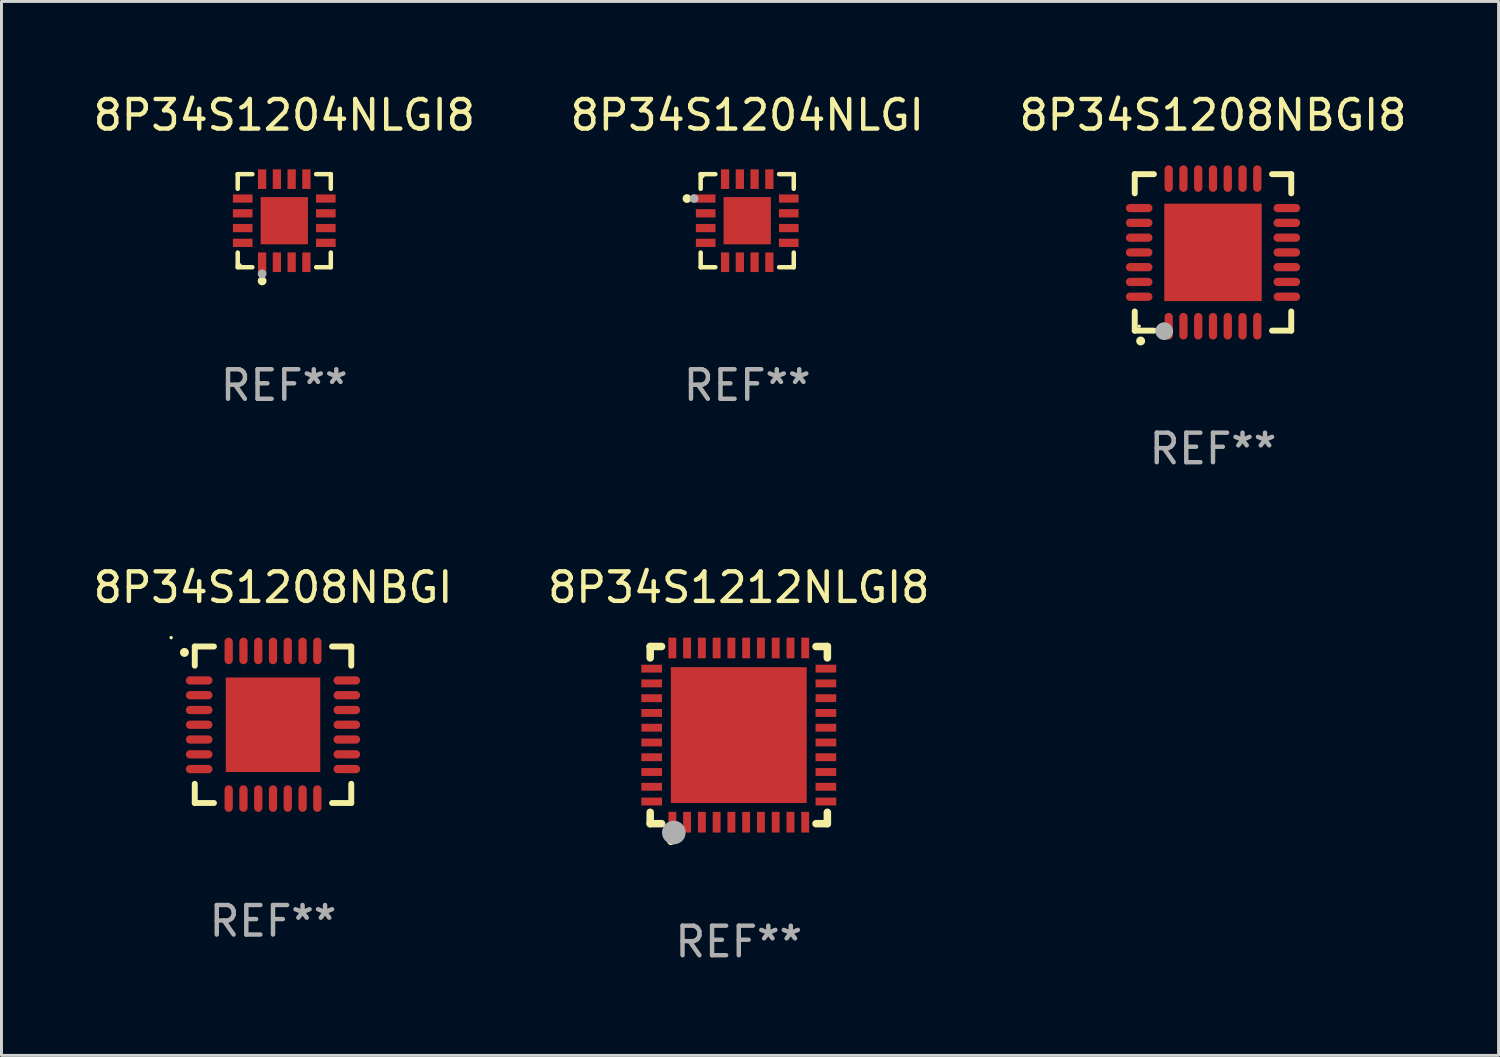
<source format=kicad_pcb>
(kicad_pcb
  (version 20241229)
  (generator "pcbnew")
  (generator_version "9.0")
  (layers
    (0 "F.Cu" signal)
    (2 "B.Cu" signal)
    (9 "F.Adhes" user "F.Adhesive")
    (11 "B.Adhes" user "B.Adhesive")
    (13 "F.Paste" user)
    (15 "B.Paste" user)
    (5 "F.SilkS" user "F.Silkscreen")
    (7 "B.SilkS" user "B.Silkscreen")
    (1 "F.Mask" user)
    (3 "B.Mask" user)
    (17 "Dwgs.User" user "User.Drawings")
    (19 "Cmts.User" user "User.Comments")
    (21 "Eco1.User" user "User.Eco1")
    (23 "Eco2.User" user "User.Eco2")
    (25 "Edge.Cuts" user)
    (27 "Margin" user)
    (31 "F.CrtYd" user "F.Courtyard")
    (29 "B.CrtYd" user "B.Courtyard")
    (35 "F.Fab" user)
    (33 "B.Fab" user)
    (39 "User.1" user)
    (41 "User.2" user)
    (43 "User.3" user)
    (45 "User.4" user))
  (footprint "8P34S1208NBGI"
    (layer "F.Cu")
    (at 6.196 21.495)
    (property "Reference" "8P34S1208NBGI" (at 0 -4.65 0) (layer "F.SilkS") (effects (font (size 1 1) (thickness 0.15))))
    (attr through_hole)
    (fp_line (start -2.65 -2.65) (end -2 -2.65) (stroke (width 0.2) (type solid)) (layer "F.SilkS"))
    (fp_line (start -2.65 -2) (end -2.65 -2.65) (stroke (width 0.2) (type solid)) (layer "F.SilkS"))
    (fp_line (start -2.65 2) (end -2.65 2.65) (stroke (width 0.2) (type solid)) (layer "F.SilkS"))
    (fp_line (start -2.65 2.65) (end -2 2.65) (stroke (width 0.2) (type solid)) (layer "F.SilkS"))
    (fp_line (start 2 2.65) (end 2.65 2.65) (stroke (width 0.2) (type solid)) (layer "F.SilkS"))
    (fp_line (start 2.65 -2.65) (end 2 -2.65) (stroke (width 0.2) (type solid)) (layer "F.SilkS"))
    (fp_line (start 2.65 -2) (end 2.65 -2.65) (stroke (width 0.2) (type solid)) (layer "F.SilkS"))
    (fp_line (start 2.65 2.65) (end 2.65 2) (stroke (width 0.2) (type solid)) (layer "F.SilkS"))
    (fp_arc (start -2.999746 -2.448565) (mid -2.999751 -2.449835) (end -2.999746 -2.451105) (stroke (width 0.3) (type solid)) (layer "F.SilkS"))
    (fp_circle (center -3.45 -2.95) (end -3.42 -2.95) (stroke (width 0.06) (type solid)) (fill no) (layer "F.SilkS"))
    (fp_text user "REF**" (at 0 6.65 0) (layer "F.Fab") (effects (font (size 1 1) (thickness 0.15))))
    (pad "1" smd oval (at -2.5 -1.501 90) (size 0.28 0.9) (layers "F.Cu" "F.Mask" "F.Paste"))
    (pad "2" smd oval (at -2.5 -1.001 90) (size 0.28 0.9) (layers "F.Cu" "F.Mask" "F.Paste"))
    (pad "3" smd oval (at -2.5 -0.5 90) (size 0.28 0.9) (layers "F.Cu" "F.Mask" "F.Paste"))
    (pad "4" smd oval (at -2.5 0.000076 90) (size 0.28 0.9) (layers "F.Cu" "F.Mask" "F.Paste"))
    (pad "5" smd oval (at -2.5 0.5 90) (size 0.28 0.9) (layers "F.Cu" "F.Mask" "F.Paste"))
    (pad "6" smd oval (at -2.5 1.001 90) (size 0.28 0.9) (layers "F.Cu" "F.Mask" "F.Paste"))
    (pad "7" smd oval (at -2.5 1.501 90) (size 0.28 0.9) (layers "F.Cu" "F.Mask" "F.Paste"))
    (pad "8" smd oval (at -1.501 2.5) (size 0.28 0.9) (layers "F.Cu" "F.Mask" "F.Paste"))
    (pad "9" smd oval (at -1.001 2.5) (size 0.28 0.9) (layers "F.Cu" "F.Mask" "F.Paste"))
    (pad "10" smd oval (at -0.5 2.5) (size 0.28 0.9) (layers "F.Cu" "F.Mask" "F.Paste"))
    (pad "11" smd oval (at -0.000076 2.5) (size 0.28 0.9) (layers "F.Cu" "F.Mask" "F.Paste"))
    (pad "12" smd oval (at 0.5 2.5) (size 0.28 0.9) (layers "F.Cu" "F.Mask" "F.Paste"))
    (pad "13" smd oval (at 1.001 2.5) (size 0.28 0.9) (layers "F.Cu" "F.Mask" "F.Paste"))
    (pad "14" smd oval (at 1.501 2.5) (size 0.28 0.9) (layers "F.Cu" "F.Mask" "F.Paste"))
    (pad "15" smd oval (at 2.5 1.501 90) (size 0.28 0.9) (layers "F.Cu" "F.Mask" "F.Paste"))
    (pad "16" smd oval (at 2.5 1.001 90) (size 0.28 0.9) (layers "F.Cu" "F.Mask" "F.Paste"))
    (pad "17" smd oval (at 2.5 0.5 90) (size 0.28 0.9) (layers "F.Cu" "F.Mask" "F.Paste"))
    (pad "18" smd oval (at 2.5 0.000076 90) (size 0.28 0.9) (layers "F.Cu" "F.Mask" "F.Paste"))
    (pad "19" smd oval (at 2.5 -0.5 90) (size 0.28 0.9) (layers "F.Cu" "F.Mask" "F.Paste"))
    (pad "20" smd oval (at 2.5 -1.001 90) (size 0.28 0.9) (layers "F.Cu" "F.Mask" "F.Paste"))
    (pad "21" smd oval (at 2.5 -1.501 90) (size 0.28 0.9) (layers "F.Cu" "F.Mask" "F.Paste"))
    (pad "22" smd oval (at 1.501 -2.5) (size 0.28 0.9) (layers "F.Cu" "F.Mask" "F.Paste"))
    (pad "23" smd oval (at 1.001 -2.5) (size 0.28 0.9) (layers "F.Cu" "F.Mask" "F.Paste"))
    (pad "24" smd oval (at 0.5 -2.5) (size 0.28 0.9) (layers "F.Cu" "F.Mask" "F.Paste"))
    (pad "25" smd oval (at -0.000076 -2.5) (size 0.28 0.9) (layers "F.Cu" "F.Mask" "F.Paste"))
    (pad "26" smd oval (at -0.5 -2.5) (size 0.28 0.9) (layers "F.Cu" "F.Mask" "F.Paste"))
    (pad "27" smd oval (at -1.001 -2.5) (size 0.28 0.9) (layers "F.Cu" "F.Mask" "F.Paste"))
    (pad "28" smd oval (at -1.501 -2.5) (size 0.28 0.9) (layers "F.Cu" "F.Mask" "F.Paste"))
    (pad "29" smd rect (at -0.000076 0.000076) (size 3.2 3.2) (layers "F.Cu" "F.Mask" "F.Paste")))
  (footprint "8P34S1212NLGI8"
    (layer "F.Cu")
    (at 21.97 21.845)
    (property "Reference" "8P34S1212NLGI8" (at 0 -5 0) (layer "F.SilkS") (effects (font (size 1 1) (thickness 0.15))))
    (attr through_hole)
    (fp_line (start -3 -3) (end -2.615 -3) (stroke (width 0.254) (type solid)) (layer "F.SilkS"))
    (fp_line (start -3 -2.615) (end -3 -3) (stroke (width 0.254) (type solid)) (layer "F.SilkS"))
    (fp_line (start -3 3) (end -3 2.615) (stroke (width 0.254) (type solid)) (layer "F.SilkS"))
    (fp_line (start -2.615 3) (end -3 3) (stroke (width 0.254) (type solid)) (layer "F.SilkS"))
    (fp_line (start 2.615 -3) (end 3 -3) (stroke (width 0.254) (type solid)) (layer "F.SilkS"))
    (fp_line (start 3 -3) (end 3 -2.615) (stroke (width 0.254) (type solid)) (layer "F.SilkS"))
    (fp_line (start 3 2.615) (end 3 3) (stroke (width 0.254) (type solid)) (layer "F.SilkS"))
    (fp_line (start 3 3) (end 2.615 3) (stroke (width 0.254) (type solid)) (layer "F.SilkS"))
    (fp_arc (start -2.3 3.6) (mid -2.29873 3.599994) (end -2.29746 3.6) (stroke (width 0.24892) (type solid)) (layer "F.SilkS"))
    (fp_circle (center -3 3) (end -2.97 3) (stroke (width 0.06) (type solid)) (fill no) (layer "F.SilkS"))
    (fp_circle (center -2.2 3.3) (end -2 3.3) (stroke (width 0.4) (type solid)) (fill no) (layer "F.Fab"))
    (fp_text user "REF**" (at 0 7 0) (layer "F.Fab") (effects (font (size 1 1) (thickness 0.15))))
    (pad "1" smd rect (at -2.25 2.95) (size 0.267 0.7) (layers "F.Cu" "F.Mask" "F.Paste"))
    (pad "2" smd rect (at -1.75 2.95) (size 0.267 0.7) (layers "F.Cu" "F.Mask" "F.Paste"))
    (pad "3" smd rect (at -1.25 2.95) (size 0.267 0.7) (layers "F.Cu" "F.Mask" "F.Paste"))
    (pad "4" smd rect (at -0.75 2.95) (size 0.267 0.7) (layers "F.Cu" "F.Mask" "F.Paste"))
    (pad "5" smd rect (at -0.25 2.95) (size 0.267 0.7) (layers "F.Cu" "F.Mask" "F.Paste"))
    (pad "6" smd rect (at 0.25 2.95) (size 0.267 0.7) (layers "F.Cu" "F.Mask" "F.Paste"))
    (pad "7" smd rect (at 0.75 2.95) (size 0.267 0.7) (layers "F.Cu" "F.Mask" "F.Paste"))
    (pad "8" smd rect (at 1.25 2.95) (size 0.267 0.7) (layers "F.Cu" "F.Mask" "F.Paste"))
    (pad "9" smd rect (at 1.75 2.95) (size 0.267 0.7) (layers "F.Cu" "F.Mask" "F.Paste"))
    (pad "10" smd rect (at 2.25 2.95) (size 0.267 0.7) (layers "F.Cu" "F.Mask" "F.Paste"))
    (pad "11" smd rect (at 2.95 2.25) (size 0.7 0.267) (layers "F.Cu" "F.Mask" "F.Paste"))
    (pad "12" smd rect (at 2.95 1.75) (size 0.7 0.267) (layers "F.Cu" "F.Mask" "F.Paste"))
    (pad "13" smd rect (at 2.95 1.25) (size 0.7 0.267) (layers "F.Cu" "F.Mask" "F.Paste"))
    (pad "14" smd rect (at 2.95 0.75) (size 0.7 0.267) (layers "F.Cu" "F.Mask" "F.Paste"))
    (pad "15" smd rect (at 2.95 0.25) (size 0.7 0.267) (layers "F.Cu" "F.Mask" "F.Paste"))
    (pad "16" smd rect (at 2.95 -0.25) (size 0.7 0.267) (layers "F.Cu" "F.Mask" "F.Paste"))
    (pad "17" smd rect (at 2.95 -0.75) (size 0.7 0.267) (layers "F.Cu" "F.Mask" "F.Paste"))
    (pad "18" smd rect (at 2.95 -1.25) (size 0.7 0.267) (layers "F.Cu" "F.Mask" "F.Paste"))
    (pad "19" smd rect (at 2.95 -1.75) (size 0.7 0.267) (layers "F.Cu" "F.Mask" "F.Paste"))
    (pad "20" smd rect (at 2.95 -2.25) (size 0.7 0.267) (layers "F.Cu" "F.Mask" "F.Paste"))
    (pad "21" smd rect (at 2.25 -2.95) (size 0.267 0.7) (layers "F.Cu" "F.Mask" "F.Paste"))
    (pad "22" smd rect (at 1.75 -2.95) (size 0.267 0.7) (layers "F.Cu" "F.Mask" "F.Paste"))
    (pad "23" smd rect (at 1.25 -2.95) (size 0.267 0.7) (layers "F.Cu" "F.Mask" "F.Paste"))
    (pad "24" smd rect (at 0.75 -2.95) (size 0.267 0.7) (layers "F.Cu" "F.Mask" "F.Paste"))
    (pad "25" smd rect (at 0.25 -2.95) (size 0.267 0.7) (layers "F.Cu" "F.Mask" "F.Paste"))
    (pad "26" smd rect (at -0.25 -2.95) (size 0.267 0.7) (layers "F.Cu" "F.Mask" "F.Paste"))
    (pad "27" smd rect (at -0.75 -2.95) (size 0.267 0.7) (layers "F.Cu" "F.Mask" "F.Paste"))
    (pad "28" smd rect (at -1.25 -2.95) (size 0.267 0.7) (layers "F.Cu" "F.Mask" "F.Paste"))
    (pad "29" smd rect (at -1.75 -2.95) (size 0.267 0.7) (layers "F.Cu" "F.Mask" "F.Paste"))
    (pad "30" smd rect (at -2.25 -2.95) (size 0.267 0.7) (layers "F.Cu" "F.Mask" "F.Paste"))
    (pad "31" smd rect (at -2.95 -2.25) (size 0.7 0.267) (layers "F.Cu" "F.Mask" "F.Paste"))
    (pad "32" smd rect (at -2.95 -1.75) (size 0.7 0.267) (layers "F.Cu" "F.Mask" "F.Paste"))
    (pad "33" smd rect (at -2.95 -1.25) (size 0.7 0.267) (layers "F.Cu" "F.Mask" "F.Paste"))
    (pad "34" smd rect (at -2.95 -0.75) (size 0.7 0.267) (layers "F.Cu" "F.Mask" "F.Paste"))
    (pad "35" smd rect (at -2.95 -0.25) (size 0.7 0.267) (layers "F.Cu" "F.Mask" "F.Paste"))
    (pad "36" smd rect (at -2.95 0.25) (size 0.7 0.267) (layers "F.Cu" "F.Mask" "F.Paste"))
    (pad "37" smd rect (at -2.95 0.75) (size 0.7 0.267) (layers "F.Cu" "F.Mask" "F.Paste"))
    (pad "38" smd rect (at -2.95 1.25) (size 0.7 0.267) (layers "F.Cu" "F.Mask" "F.Paste"))
    (pad "39" smd rect (at -2.95 1.75) (size 0.7 0.267) (layers "F.Cu" "F.Mask" "F.Paste"))
    (pad "40" smd rect (at -2.95 2.25) (size 0.7 0.267) (layers "F.Cu" "F.Mask" "F.Paste"))
    (pad "41" smd rect (at 0.000102 0.000102) (size 4.6 4.6) (layers "F.Cu" "F.Mask" "F.Paste")))
  (footprint "8P34S1204NLGI8"
    (layer "F.Cu")
    (at 6.577 4.424)
    (property "Reference" "8P34S1204NLGI8" (at 0 -3.576 0) (layer "F.SilkS") (effects (font (size 1 1) (thickness 0.15))))
    (attr through_hole)
    (fp_line (start -1.576 -1.576) (end -1.08 -1.576) (stroke (width 0.152) (type solid)) (layer "F.SilkS"))
    (fp_line (start -1.576 -1.08) (end -1.576 -1.576) (stroke (width 0.152) (type solid)) (layer "F.SilkS"))
    (fp_line (start -1.576 1.08) (end -1.576 1.576) (stroke (width 0.152) (type solid)) (layer "F.SilkS"))
    (fp_line (start -1.576 1.576) (end -1.08 1.576) (stroke (width 0.152) (type solid)) (layer "F.SilkS"))
    (fp_line (start 1.576 -1.576) (end 1.08 -1.576) (stroke (width 0.152) (type solid)) (layer "F.SilkS"))
    (fp_line (start 1.576 -1.08) (end 1.576 -1.576) (stroke (width 0.152) (type solid)) (layer "F.SilkS"))
    (fp_line (start 1.576 1.08) (end 1.576 1.576) (stroke (width 0.152) (type solid)) (layer "F.SilkS"))
    (fp_line (start 1.576 1.576) (end 1.08 1.576) (stroke (width 0.152) (type solid)) (layer "F.SilkS"))
    (fp_circle (center -1.5 1.5) (end -1.47 1.5) (stroke (width 0.06) (type solid)) (fill no) (layer "F.SilkS"))
    (fp_circle (center -0.75 2.04) (end -0.675 2.04) (stroke (width 0.15) (type solid)) (fill no) (layer "F.SilkS"))
    (fp_circle (center -0.75 1.8) (end -0.675 1.8) (stroke (width 0.15) (type solid)) (fill no) (layer "F.Fab"))
    (fp_text user "REF**" (at 0 5.576 0) (layer "F.Fab") (effects (font (size 1 1) (thickness 0.15))))
    (pad "1" smd rect (at -0.75 1.407) (size 0.28 0.665) (layers "F.Cu" "F.Mask" "F.Paste"))
    (pad "2" smd rect (at -0.25 1.407) (size 0.28 0.665) (layers "F.Cu" "F.Mask" "F.Paste"))
    (pad "3" smd rect (at 0.25 1.407) (size 0.28 0.665) (layers "F.Cu" "F.Mask" "F.Paste"))
    (pad "4" smd rect (at 0.75 1.407) (size 0.28 0.665) (layers "F.Cu" "F.Mask" "F.Paste"))
    (pad "5" smd rect (at 1.407 0.75) (size 0.665 0.28) (layers "F.Cu" "F.Mask" "F.Paste"))
    (pad "6" smd rect (at 1.407 0.25) (size 0.665 0.28) (layers "F.Cu" "F.Mask" "F.Paste"))
    (pad "7" smd rect (at 1.407 -0.25) (size 0.665 0.28) (layers "F.Cu" "F.Mask" "F.Paste"))
    (pad "8" smd rect (at 1.407 -0.75) (size 0.665 0.28) (layers "F.Cu" "F.Mask" "F.Paste"))
    (pad "9" smd rect (at 0.75 -1.407) (size 0.28 0.665) (layers "F.Cu" "F.Mask" "F.Paste"))
    (pad "10" smd rect (at 0.25 -1.407) (size 0.28 0.665) (layers "F.Cu" "F.Mask" "F.Paste"))
    (pad "11" smd rect (at -0.25 -1.407) (size 0.28 0.665) (layers "F.Cu" "F.Mask" "F.Paste"))
    (pad "12" smd rect (at -0.75 -1.407) (size 0.28 0.665) (layers "F.Cu" "F.Mask" "F.Paste"))
    (pad "13" smd rect (at -1.407 -0.75) (size 0.665 0.28) (layers "F.Cu" "F.Mask" "F.Paste"))
    (pad "14" smd rect (at -1.407 -0.25) (size 0.665 0.28) (layers "F.Cu" "F.Mask" "F.Paste"))
    (pad "15" smd rect (at -1.407 0.25) (size 0.665 0.28) (layers "F.Cu" "F.Mask" "F.Paste"))
    (pad "16" smd rect (at -1.407 0.75) (size 0.665 0.28) (layers "F.Cu" "F.Mask" "F.Paste"))
    (pad "17" smd rect (at 0 0) (size 1.6 1.6) (layers "F.Cu" "F.Mask" "F.Paste")))
  (footprint "8P34S1204NLGI"
    (layer "F.Cu")
    (at 22.256 4.424)
    (property "Reference" "8P34S1204NLGI" (at 0 -3.576 0) (layer "F.SilkS") (effects (font (size 1 1) (thickness 0.15))))
    (attr through_hole)
    (fp_line (start -1.576 -1.576) (end -1.576 -1.08) (stroke (width 0.152) (type solid)) (layer "F.SilkS"))
    (fp_line (start -1.576 1.576) (end -1.576 1.08) (stroke (width 0.152) (type solid)) (layer "F.SilkS"))
    (fp_line (start -1.08 -1.576) (end -1.576 -1.576) (stroke (width 0.152) (type solid)) (layer "F.SilkS"))
    (fp_line (start -1.08 1.576) (end -1.576 1.576) (stroke (width 0.152) (type solid)) (layer "F.SilkS"))
    (fp_line (start 1.08 -1.576) (end 1.576 -1.576) (stroke (width 0.152) (type solid)) (layer "F.SilkS"))
    (fp_line (start 1.08 1.576) (end 1.576 1.576) (stroke (width 0.152) (type solid)) (layer "F.SilkS"))
    (fp_line (start 1.576 -1.576) (end 1.576 -1.08) (stroke (width 0.152) (type solid)) (layer "F.SilkS"))
    (fp_line (start 1.576 1.576) (end 1.576 1.08) (stroke (width 0.152) (type solid)) (layer "F.SilkS"))
    (fp_circle (center -2.04 -0.75) (end -1.965 -0.75) (stroke (width 0.15) (type solid)) (fill no) (layer "F.SilkS"))
    (fp_circle (center -1.5 -1.5) (end -1.47 -1.5) (stroke (width 0.06) (type solid)) (fill no) (layer "F.SilkS"))
    (fp_circle (center -1.8 -0.75) (end -1.725 -0.75) (stroke (width 0.15) (type solid)) (fill no) (layer "F.Fab"))
    (fp_text user "REF**" (at 0 5.576 0) (layer "F.Fab") (effects (font (size 1 1) (thickness 0.15))))
    (pad "1" smd rect (at -1.407 -0.75 270) (size 0.28 0.665) (layers "F.Cu" "F.Mask" "F.Paste"))
    (pad "2" smd rect (at -1.407 -0.25 270) (size 0.28 0.665) (layers "F.Cu" "F.Mask" "F.Paste"))
    (pad "3" smd rect (at -1.407 0.25 270) (size 0.28 0.665) (layers "F.Cu" "F.Mask" "F.Paste"))
    (pad "4" smd rect (at -1.407 0.75 270) (size 0.28 0.665) (layers "F.Cu" "F.Mask" "F.Paste"))
    (pad "5" smd rect (at -0.75 1.407 270) (size 0.665 0.28) (layers "F.Cu" "F.Mask" "F.Paste"))
    (pad "6" smd rect (at -0.25 1.407 270) (size 0.665 0.28) (layers "F.Cu" "F.Mask" "F.Paste"))
    (pad "7" smd rect (at 0.25 1.407 270) (size 0.665 0.28) (layers "F.Cu" "F.Mask" "F.Paste"))
    (pad "8" smd rect (at 0.75 1.407 270) (size 0.665 0.28) (layers "F.Cu" "F.Mask" "F.Paste"))
    (pad "9" smd rect (at 1.407 0.75 270) (size 0.28 0.665) (layers "F.Cu" "F.Mask" "F.Paste"))
    (pad "10" smd rect (at 1.407 0.25 270) (size 0.28 0.665) (layers "F.Cu" "F.Mask" "F.Paste"))
    (pad "11" smd rect (at 1.407 -0.25 270) (size 0.28 0.665) (layers "F.Cu" "F.Mask" "F.Paste"))
    (pad "12" smd rect (at 1.407 -0.75 270) (size 0.28 0.665) (layers "F.Cu" "F.Mask" "F.Paste"))
    (pad "13" smd rect (at 0.75 -1.407 270) (size 0.665 0.28) (layers "F.Cu" "F.Mask" "F.Paste"))
    (pad "14" smd rect (at 0.25 -1.407 270) (size 0.665 0.28) (layers "F.Cu" "F.Mask" "F.Paste"))
    (pad "15" smd rect (at -0.25 -1.407 270) (size 0.665 0.28) (layers "F.Cu" "F.Mask" "F.Paste"))
    (pad "16" smd rect (at -0.75 -1.407 270) (size 0.665 0.28) (layers "F.Cu" "F.Mask" "F.Paste"))
    (pad "17" smd rect (at 0 0 270) (size 1.6 1.6) (layers "F.Cu" "F.Mask" "F.Paste")))
  (footprint "8P34S1208NBGI8"
    (layer "F.Cu")
    (at 38.03 5.498)
    (property "Reference" "8P34S1208NBGI8" (at 0 -4.65 0) (layer "F.SilkS") (effects (font (size 1 1) (thickness 0.15))))
    (attr through_hole)
    (fp_line (start -2.65 -2.65) (end -2.65 -2) (stroke (width 0.2) (type solid)) (layer "F.SilkS"))
    (fp_line (start -2.65 2.65) (end -2.65 2) (stroke (width 0.2) (type solid)) (layer "F.SilkS"))
    (fp_line (start -2 -2.65) (end -2.65 -2.65) (stroke (width 0.2) (type solid)) (layer "F.SilkS"))
    (fp_line (start -2 2.65) (end -2.65 2.65) (stroke (width 0.2) (type solid)) (layer "F.SilkS"))
    (fp_line (start 2 2.65) (end 2.65 2.65) (stroke (width 0.2) (type solid)) (layer "F.SilkS"))
    (fp_line (start 2.65 -2.65) (end 2 -2.65) (stroke (width 0.2) (type solid)) (layer "F.SilkS"))
    (fp_line (start 2.65 -2) (end 2.65 -2.65) (stroke (width 0.2) (type solid)) (layer "F.SilkS"))
    (fp_line (start 2.65 2.65) (end 2.65 2) (stroke (width 0.2) (type solid)) (layer "F.SilkS"))
    (fp_arc (start -2.451105 2.999746) (mid -2.449835 2.999741) (end -2.448565 2.999746) (stroke (width 0.3) (type solid)) (layer "F.SilkS"))
    (fp_circle (center -2.5 2.5) (end -2.47 2.5) (stroke (width 0.06) (type solid)) (fill no) (layer "F.SilkS"))
    (fp_circle (center -1.651 2.667) (end -1.501 2.667) (stroke (width 0.3) (type solid)) (fill no) (layer "F.Fab"))
    (fp_text user "REF**" (at 0 6.65 0) (layer "F.Fab") (effects (font (size 1 1) (thickness 0.15))))
    (pad "1" smd oval (at -1.501 2.5 180) (size 0.28 0.9) (layers "F.Cu" "F.Mask" "F.Paste"))
    (pad "2" smd oval (at -1.001 2.5 180) (size 0.28 0.9) (layers "F.Cu" "F.Mask" "F.Paste"))
    (pad "3" smd oval (at -0.5 2.5 180) (size 0.28 0.9) (layers "F.Cu" "F.Mask" "F.Paste"))
    (pad "4" smd oval (at 0 2.5 180) (size 0.28 0.9) (layers "F.Cu" "F.Mask" "F.Paste"))
    (pad "5" smd oval (at 0.5 2.5 180) (size 0.28 0.9) (layers "F.Cu" "F.Mask" "F.Paste"))
    (pad "6" smd oval (at 1.001 2.5 180) (size 0.28 0.9) (layers "F.Cu" "F.Mask" "F.Paste"))
    (pad "7" smd oval (at 1.501 2.5 180) (size 0.28 0.9) (layers "F.Cu" "F.Mask" "F.Paste"))
    (pad "8" smd oval (at 2.5 1.501 90) (size 0.28 0.9) (layers "F.Cu" "F.Mask" "F.Paste"))
    (pad "9" smd oval (at 2.5 1.001 90) (size 0.28 0.9) (layers "F.Cu" "F.Mask" "F.Paste"))
    (pad "10" smd oval (at 2.5 0.5 90) (size 0.28 0.9) (layers "F.Cu" "F.Mask" "F.Paste"))
    (pad "11" smd oval (at 2.5 0 90) (size 0.28 0.9) (layers "F.Cu" "F.Mask" "F.Paste"))
    (pad "12" smd oval (at 2.5 -0.5 90) (size 0.28 0.9) (layers "F.Cu" "F.Mask" "F.Paste"))
    (pad "13" smd oval (at 2.5 -1.001 90) (size 0.28 0.9) (layers "F.Cu" "F.Mask" "F.Paste"))
    (pad "14" smd oval (at 2.5 -1.501 90) (size 0.28 0.9) (layers "F.Cu" "F.Mask" "F.Paste"))
    (pad "15" smd oval (at 1.501 -2.5 180) (size 0.28 0.9) (layers "F.Cu" "F.Mask" "F.Paste"))
    (pad "16" smd oval (at 1.001 -2.5 180) (size 0.28 0.9) (layers "F.Cu" "F.Mask" "F.Paste"))
    (pad "17" smd oval (at 0.5 -2.5 180) (size 0.28 0.9) (layers "F.Cu" "F.Mask" "F.Paste"))
    (pad "18" smd oval (at 0 -2.5 180) (size 0.28 0.9) (layers "F.Cu" "F.Mask" "F.Paste"))
    (pad "19" smd oval (at -0.5 -2.5 180) (size 0.28 0.9) (layers "F.Cu" "F.Mask" "F.Paste"))
    (pad "20" smd oval (at -1.001 -2.5 180) (size 0.28 0.9) (layers "F.Cu" "F.Mask" "F.Paste"))
    (pad "21" smd oval (at -1.501 -2.5 180) (size 0.28 0.9) (layers "F.Cu" "F.Mask" "F.Paste"))
    (pad "22" smd oval (at -2.5 -1.501 90) (size 0.28 0.9) (layers "F.Cu" "F.Mask" "F.Paste"))
    (pad "23" smd oval (at -2.5 -1.001 90) (size 0.28 0.9) (layers "F.Cu" "F.Mask" "F.Paste"))
    (pad "24" smd oval (at -2.5 -0.5 90) (size 0.28 0.9) (layers "F.Cu" "F.Mask" "F.Paste"))
    (pad "25" smd oval (at -2.5 0 90) (size 0.28 0.9) (layers "F.Cu" "F.Mask" "F.Paste"))
    (pad "26" smd oval (at -2.5 0.5 90) (size 0.28 0.9) (layers "F.Cu" "F.Mask" "F.Paste"))
    (pad "27" smd oval (at -2.5 1.001 90) (size 0.28 0.9) (layers "F.Cu" "F.Mask" "F.Paste"))
    (pad "28" smd oval (at -2.5 1.501 90) (size 0.28 0.9) (layers "F.Cu" "F.Mask" "F.Paste"))
    (pad "29" smd rect (at 0 0 90) (size 3.3 3.3) (layers "F.Cu" "F.Mask" "F.Paste")))
  (gr_rect
    (start -3 -3)
    (end 47.702 32.693)
    (stroke (width 0.1) (type default))
    (fill no)
    (layer "Edge.Cuts")))
</source>
